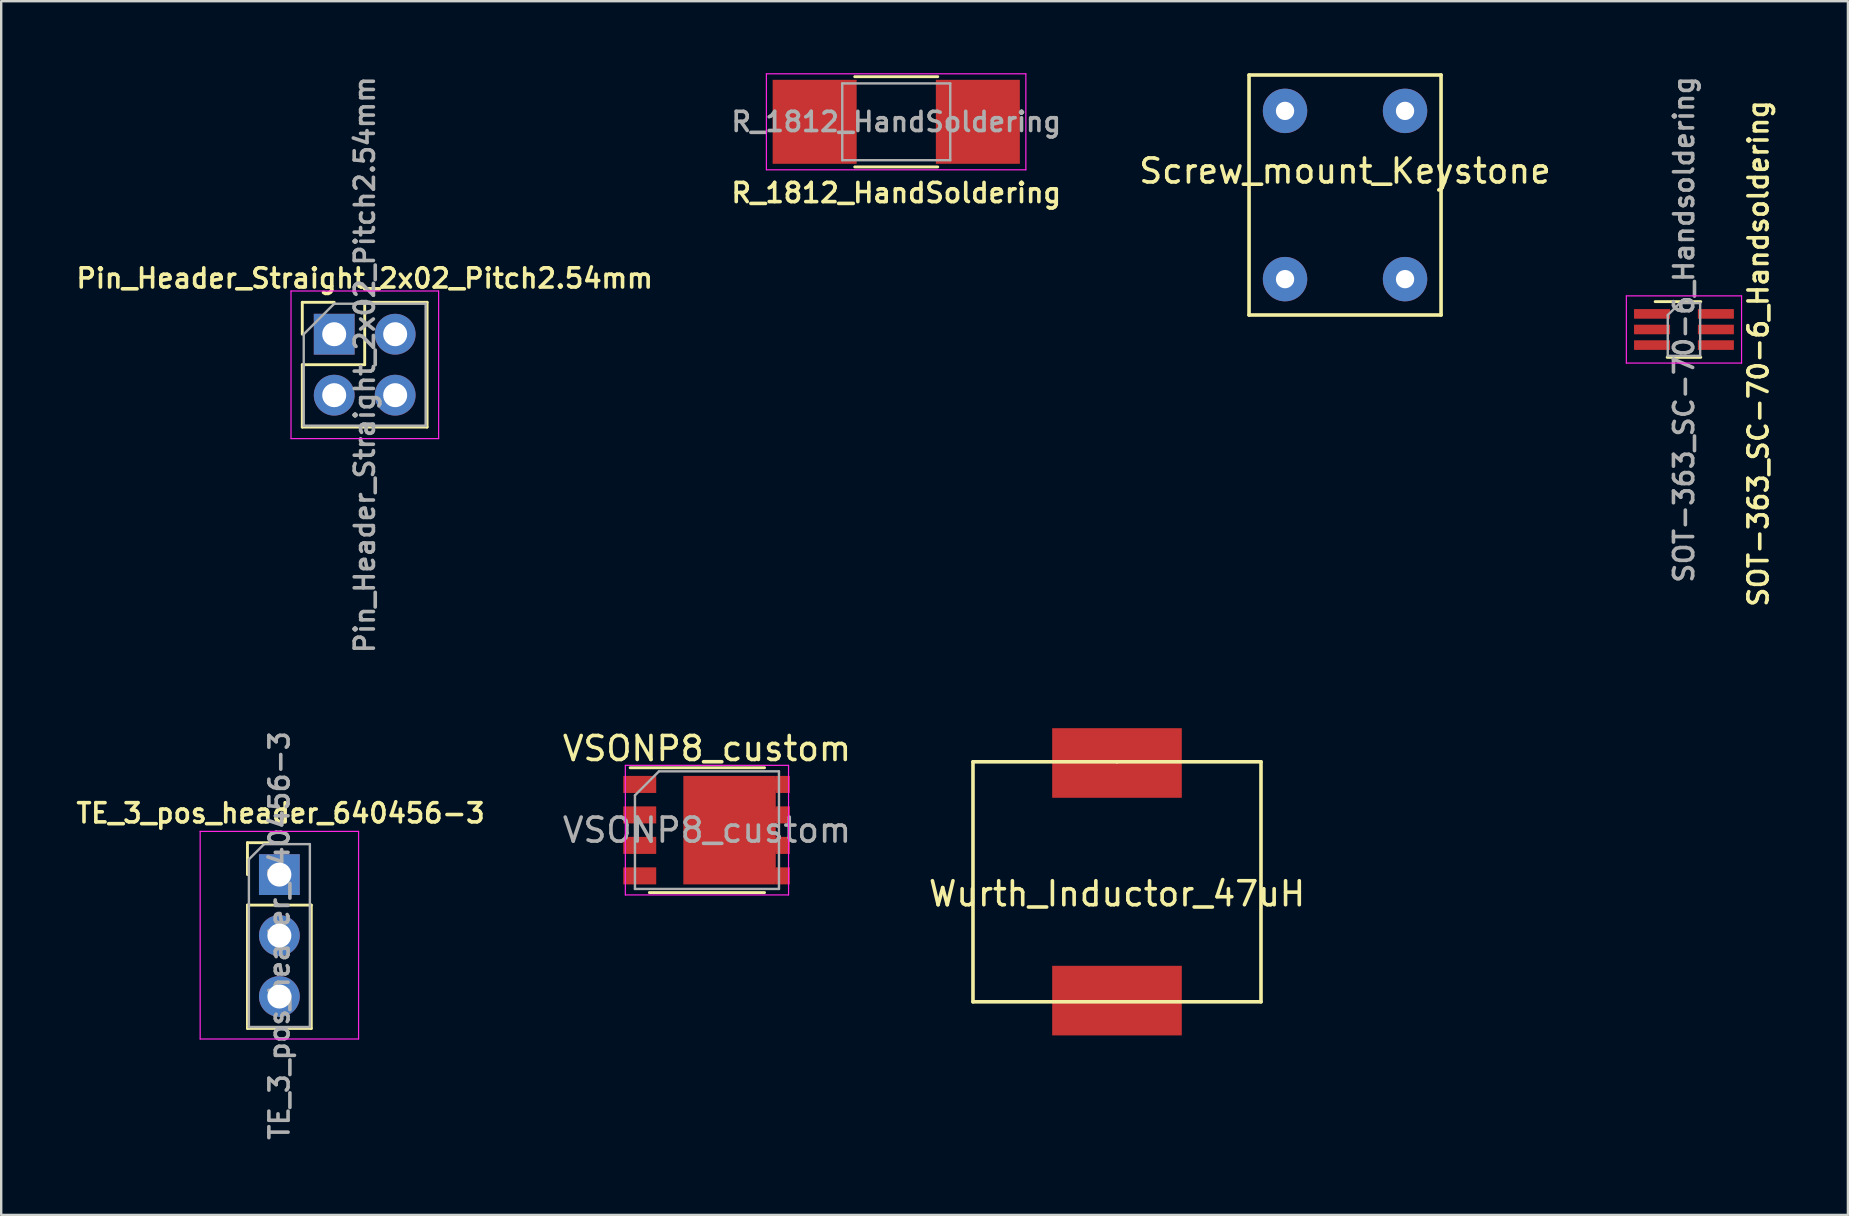
<source format=kicad_pcb>
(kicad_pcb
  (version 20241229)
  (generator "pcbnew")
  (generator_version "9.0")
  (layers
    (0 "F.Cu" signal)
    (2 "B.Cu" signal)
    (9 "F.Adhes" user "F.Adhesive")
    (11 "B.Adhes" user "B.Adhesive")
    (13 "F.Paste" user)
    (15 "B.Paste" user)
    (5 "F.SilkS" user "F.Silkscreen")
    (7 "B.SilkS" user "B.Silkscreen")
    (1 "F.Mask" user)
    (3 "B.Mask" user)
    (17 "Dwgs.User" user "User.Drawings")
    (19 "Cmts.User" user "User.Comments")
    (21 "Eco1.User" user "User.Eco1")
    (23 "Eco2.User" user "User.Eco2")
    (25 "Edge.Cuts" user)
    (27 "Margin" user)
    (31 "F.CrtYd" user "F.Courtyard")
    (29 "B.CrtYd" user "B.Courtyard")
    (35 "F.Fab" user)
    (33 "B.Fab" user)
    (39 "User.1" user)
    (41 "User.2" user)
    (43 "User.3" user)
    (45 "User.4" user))
  (footprint "R_1812_HandSoldering"
    (layer "F.Cu")
    (at 34.292 2.025)
    (property "Reference" "R_1812_HandSoldering" (at 0 2.962 0) (layer "F.SilkS") (effects (font (size 0.8 0.8) (thickness 0.15))))
    (attr smd)
    (fp_line (start -1.73 -1.88) (end 1.73 -1.88) (stroke (width 0.12) (type solid)) (layer "F.SilkS"))
    (fp_line (start -1.73 1.88) (end 1.73 1.88) (stroke (width 0.12) (type solid)) (layer "F.SilkS"))
    (fp_line (start -5.41 -2) (end -5.41 2) (stroke (width 0.05) (type solid)) (layer "F.CrtYd"))
    (fp_line (start -5.41 -2) (end 5.4 -2) (stroke (width 0.05) (type solid)) (layer "F.CrtYd"))
    (fp_line (start 5.4 2) (end -5.41 2) (stroke (width 0.05) (type solid)) (layer "F.CrtYd"))
    (fp_line (start 5.4 2) (end 5.4 -2) (stroke (width 0.05) (type solid)) (layer "F.CrtYd"))
    (fp_line (start -2.25 -1.6) (end 2.25 -1.6) (stroke (width 0.1) (type solid)) (layer "F.Fab"))
    (fp_line (start -2.25 1.6) (end -2.25 -1.6) (stroke (width 0.1) (type solid)) (layer "F.Fab"))
    (fp_line (start 2.25 -1.6) (end 2.25 1.6) (stroke (width 0.1) (type solid)) (layer "F.Fab"))
    (fp_line (start 2.25 1.6) (end -2.25 1.6) (stroke (width 0.1) (type solid)) (layer "F.Fab"))
    (fp_text user "${REFERENCE}" (at 0 0 0) (layer "F.Fab") (effects (font (size 0.8 0.8) (thickness 0.15))))
    (pad "1" smd rect (at -3.4 0) (size 3.5 3.5) (layers "F.Cu" "F.Mask" "F.Paste"))
    (pad "2" smd rect (at 3.4 0) (size 3.5 3.5) (layers "F.Cu" "F.Mask" "F.Paste")))
  (footprint "Wurth_Inductor_47uH"
    (layer "F.Cu")
    (at 43.489 33.69)
    (property "Reference" "Wurth_Inductor_47uH" (at 0 0.5 0) (layer "F.SilkS") (effects (font (size 1 1) (thickness 0.15))))
    (attr through_hole)
    (fp_line (start -6 -5) (end 0 -5) (stroke (width 0.15) (type solid)) (layer "F.SilkS"))
    (fp_line (start -6 5) (end -6 -5) (stroke (width 0.15) (type solid)) (layer "F.SilkS"))
    (fp_line (start 0 -5) (end 6 -5) (stroke (width 0.15) (type solid)) (layer "F.SilkS"))
    (fp_line (start 6 -5) (end 6 5) (stroke (width 0.15) (type solid)) (layer "F.SilkS"))
    (fp_line (start 6 5) (end -6 5) (stroke (width 0.15) (type solid)) (layer "F.SilkS"))
    (pad "1" smd rect (at 0 4.95) (size 5.4 2.9) (layers "F.Cu" "F.Mask" "F.Paste"))
    (pad "2" smd rect (at 0 -4.95) (size 5.4 2.9) (layers "F.Cu" "F.Mask" "F.Paste")))
  (footprint "Pin_Header_Straight_2x02_Pitch2.54mm"
    (layer "F.Cu")
    (at 10.875 10.875)
    (property "Reference" "Pin_Header_Straight_2x02_Pitch2.54mm" (at 1.27 -2.33 0) (layer "F.SilkS") (effects (font (size 0.8 0.8) (thickness 0.15))))
    (attr through_hole)
    (fp_line (start -1.33 -1.33) (end 0 -1.33) (stroke (width 0.12) (type solid)) (layer "F.SilkS"))
    (fp_line (start -1.33 0) (end -1.33 -1.33) (stroke (width 0.12) (type solid)) (layer "F.SilkS"))
    (fp_line (start -1.33 1.27) (end -1.33 3.87) (stroke (width 0.12) (type solid)) (layer "F.SilkS"))
    (fp_line (start -1.33 1.27) (end 1.27 1.27) (stroke (width 0.12) (type solid)) (layer "F.SilkS"))
    (fp_line (start -1.33 3.87) (end 3.87 3.87) (stroke (width 0.12) (type solid)) (layer "F.SilkS"))
    (fp_line (start 1.27 -1.33) (end 3.87 -1.33) (stroke (width 0.12) (type solid)) (layer "F.SilkS"))
    (fp_line (start 1.27 1.27) (end 1.27 -1.33) (stroke (width 0.12) (type solid)) (layer "F.SilkS"))
    (fp_line (start 3.87 -1.33) (end 3.87 3.87) (stroke (width 0.12) (type solid)) (layer "F.SilkS"))
    (fp_line (start -1.8 -1.8) (end -1.8 4.35) (stroke (width 0.05) (type solid)) (layer "F.CrtYd"))
    (fp_line (start -1.8 4.35) (end 4.35 4.35) (stroke (width 0.05) (type solid)) (layer "F.CrtYd"))
    (fp_line (start 4.35 -1.8) (end -1.8 -1.8) (stroke (width 0.05) (type solid)) (layer "F.CrtYd"))
    (fp_line (start 4.35 4.35) (end 4.35 -1.8) (stroke (width 0.05) (type solid)) (layer "F.CrtYd"))
    (fp_line (start -1.27 0) (end 0 -1.27) (stroke (width 0.1) (type solid)) (layer "F.Fab"))
    (fp_line (start -1.27 3.81) (end -1.27 0) (stroke (width 0.1) (type solid)) (layer "F.Fab"))
    (fp_line (start 0 -1.27) (end 3.81 -1.27) (stroke (width 0.1) (type solid)) (layer "F.Fab"))
    (fp_line (start 3.81 -1.27) (end 3.81 3.81) (stroke (width 0.1) (type solid)) (layer "F.Fab"))
    (fp_line (start 3.81 3.81) (end -1.27 3.81) (stroke (width 0.1) (type solid)) (layer "F.Fab"))
    (fp_text user "${REFERENCE}" (at 1.27 1.27 90) (layer "F.Fab") (effects (font (size 0.8 0.8) (thickness 0.15))))
    (pad "1" thru_hole rect (at 0 0) (size 1.7 1.7) (drill 1) (layers "*.Cu" "*.Mask"))
    (pad "2" thru_hole oval (at 2.54 0) (size 1.7 1.7) (drill 1) (layers "*.Cu" "*.Mask"))
    (pad "3" thru_hole oval (at 0 2.54) (size 1.7 1.7) (drill 1) (layers "*.Cu" "*.Mask"))
    (pad "4" thru_hole oval (at 2.54 2.54) (size 1.7 1.7) (drill 1) (layers "*.Cu" "*.Mask")))
  (footprint "SOT-363_SC-70-6_Handsoldering"
    (layer "F.Cu")
    (at 67.112 10.678)
    (property "Reference" "SOT-363_SC-70-6_Handsoldering" (at 3.1 1 90) (layer "F.SilkS") (effects (font (size 0.8 0.8) (thickness 0.15))))
    (attr smd)
    (fp_line (start -0.7 1.16) (end 0.7 1.16) (stroke (width 0.12) (type solid)) (layer "F.SilkS"))
    (fp_line (start 0.7 -1.16) (end -1.2 -1.16) (stroke (width 0.12) (type solid)) (layer "F.SilkS"))
    (fp_line (start -2.4 -1.4) (end -2.4 1.4) (stroke (width 0.05) (type solid)) (layer "F.CrtYd"))
    (fp_line (start -2.4 -1.4) (end 2.4 -1.4) (stroke (width 0.05) (type solid)) (layer "F.CrtYd"))
    (fp_line (start -2.4 1.4) (end 2.4 1.4) (stroke (width 0.05) (type solid)) (layer "F.CrtYd"))
    (fp_line (start 2.4 1.4) (end 2.4 -1.4) (stroke (width 0.05) (type solid)) (layer "F.CrtYd"))
    (fp_line (start -0.675 -0.6) (end -0.675 1.1) (stroke (width 0.1) (type solid)) (layer "F.Fab"))
    (fp_line (start -0.175 -1.1) (end -0.675 -0.6) (stroke (width 0.1) (type solid)) (layer "F.Fab"))
    (fp_line (start 0.675 -1.1) (end -0.175 -1.1) (stroke (width 0.1) (type solid)) (layer "F.Fab"))
    (fp_line (start 0.675 -1.1) (end 0.675 1.1) (stroke (width 0.1) (type solid)) (layer "F.Fab"))
    (fp_line (start 0.675 1.1) (end -0.675 1.1) (stroke (width 0.1) (type solid)) (layer "F.Fab"))
    (fp_text user "${REFERENCE}" (at 0 0 90) (layer "F.Fab") (effects (font (size 0.8 0.8) (thickness 0.15))))
    (pad "1" smd rect (at -1.33 -0.65) (size 1.5 0.4) (layers "F.Cu" "F.Mask" "F.Paste"))
    (pad "2" smd rect (at -1.33 0) (size 1.5 0.4) (layers "F.Cu" "F.Mask" "F.Paste"))
    (pad "3" smd rect (at -1.33 0.65) (size 1.5 0.4) (layers "F.Cu" "F.Mask" "F.Paste"))
    (pad "4" smd rect (at 1.33 0.65) (size 1.5 0.4) (layers "F.Cu" "F.Mask" "F.Paste"))
    (pad "5" smd rect (at 1.33 0) (size 1.5 0.4) (layers "F.Cu" "F.Mask" "F.Paste"))
    (pad "6" smd rect (at 1.33 -0.65) (size 1.5 0.4) (layers "F.Cu" "F.Mask" "F.Paste")))
  (footprint "TE_3_pos_header_640456-3"
    (layer "F.Cu")
    (at 8.59 33.39)
    (property "Reference" "TE_3_pos_header_640456-3" (at 0.05 -2.56 0) (layer "F.SilkS") (effects (font (size 0.8 0.8) (thickness 0.15))))
    (attr through_hole)
    (fp_line (start -1.33 -1.33) (end 0 -1.33) (stroke (width 0.12) (type solid)) (layer "F.SilkS"))
    (fp_line (start -1.33 0) (end -1.33 -1.33) (stroke (width 0.12) (type solid)) (layer "F.SilkS"))
    (fp_line (start -1.33 1.27) (end -1.33 6.41) (stroke (width 0.12) (type solid)) (layer "F.SilkS"))
    (fp_line (start -1.33 1.27) (end 1.33 1.27) (stroke (width 0.12) (type solid)) (layer "F.SilkS"))
    (fp_line (start -1.33 6.41) (end 1.33 6.41) (stroke (width 0.12) (type solid)) (layer "F.SilkS"))
    (fp_line (start 1.33 1.27) (end 1.33 6.41) (stroke (width 0.12) (type solid)) (layer "F.SilkS"))
    (fp_line (start -3.3 -1.8) (end -3.3 6.85) (stroke (width 0.05) (type solid)) (layer "F.CrtYd"))
    (fp_line (start -3.3 6.85) (end 3.3 6.85) (stroke (width 0.05) (type solid)) (layer "F.CrtYd"))
    (fp_line (start 3.3 -1.8) (end -3.3 -1.8) (stroke (width 0.05) (type solid)) (layer "F.CrtYd"))
    (fp_line (start 3.3 6.85) (end 3.3 -1.8) (stroke (width 0.05) (type solid)) (layer "F.CrtYd"))
    (fp_line (start -1.27 -0.635) (end -0.635 -1.27) (stroke (width 0.1) (type solid)) (layer "F.Fab"))
    (fp_line (start -1.27 6.35) (end -1.27 -0.635) (stroke (width 0.1) (type solid)) (layer "F.Fab"))
    (fp_line (start -0.635 -1.27) (end 1.27 -1.27) (stroke (width 0.1) (type solid)) (layer "F.Fab"))
    (fp_line (start 1.27 -1.27) (end 1.27 6.35) (stroke (width 0.1) (type solid)) (layer "F.Fab"))
    (fp_line (start 1.27 6.35) (end -1.27 6.35) (stroke (width 0.1) (type solid)) (layer "F.Fab"))
    (fp_text user "${REFERENCE}" (at 0 2.54 90) (layer "F.Fab") (effects (font (size 0.8 0.8) (thickness 0.15))))
    (pad "1" thru_hole rect (at 0 0) (size 1.7 1.7) (drill 1) (layers "*.Cu" "*.Mask"))
    (pad "2" thru_hole oval (at 0 2.54) (size 1.7 1.7) (drill 1) (layers "*.Cu" "*.Mask"))
    (pad "3" thru_hole oval (at 0 5.08) (size 1.7 1.7) (drill 1) (layers "*.Cu" "*.Mask")))
  (footprint "Screw_mount_Keystone"
    (layer "F.Cu")
    (at 52.991 5.075)
    (property "Reference" "Screw_mount_Keystone" (at 0 -1 0) (layer "F.SilkS") (effects (font (size 1 1) (thickness 0.15))))
    (attr through_hole)
    (fp_line (start -4 -5) (end 4 -5) (stroke (width 0.15) (type solid)) (layer "F.SilkS"))
    (fp_line (start -4 5) (end -4 -5) (stroke (width 0.15) (type solid)) (layer "F.SilkS"))
    (fp_line (start 4 -5) (end 4 5) (stroke (width 0.15) (type solid)) (layer "F.SilkS"))
    (fp_line (start 4 5) (end -4 5) (stroke (width 0.15) (type solid)) (layer "F.SilkS"))
    (pad "1" thru_hole circle (at -2.5 -3.505) (size 1.85 1.85) (drill 0.762) (layers "*.Cu" "*.Mask"))
    (pad "1" thru_hole circle (at -2.5 3.505) (size 1.85 1.85) (drill 0.762) (layers "*.Cu" "*.Mask"))
    (pad "1" thru_hole circle (at 2.5 -3.505) (size 1.85 1.85) (drill 0.762) (layers "*.Cu" "*.Mask"))
    (pad "1" thru_hole circle (at 2.5 3.505) (size 1.85 1.85) (drill 0.762) (layers "*.Cu" "*.Mask")))
  (footprint "VSONP8_custom"
    (layer "F.Cu")
    (at 26.405 31.538)
    (property "Reference" "VSONP8_custom" (at 0 -3.4 0) (layer "F.SilkS") (effects (font (size 1 1) (thickness 0.15))))
    (attr smd)
    (fp_line (start 2.4 -2.6) (end -3.2 -2.6) (stroke (width 0.12) (type solid)) (layer "F.SilkS"))
    (fp_line (start 2.4 2.6) (end -2.4 2.6) (stroke (width 0.12) (type solid)) (layer "F.SilkS"))
    (fp_line (start -3.4 -2.7) (end 3.4 -2.7) (stroke (width 0.05) (type solid)) (layer "F.CrtYd"))
    (fp_line (start -3.4 2.7) (end -3.4 -2.7) (stroke (width 0.05) (type solid)) (layer "F.CrtYd"))
    (fp_line (start 3.4 -2.7) (end 3.4 2.7) (stroke (width 0.05) (type solid)) (layer "F.CrtYd"))
    (fp_line (start 3.4 2.7) (end -3.4 2.7) (stroke (width 0.05) (type solid)) (layer "F.CrtYd"))
    (fp_line (start -3 -1.45) (end -3 2.45) (stroke (width 0.1) (type solid)) (layer "F.Fab"))
    (fp_line (start -2 -2.45) (end -3 -1.45) (stroke (width 0.1) (type solid)) (layer "F.Fab"))
    (fp_line (start -2 -2.45) (end 3 -2.45) (stroke (width 0.1) (type solid)) (layer "F.Fab"))
    (fp_line (start 3 -2.45) (end 3 2.45) (stroke (width 0.1) (type solid)) (layer "F.Fab"))
    (fp_line (start 3 2.45) (end -3 2.45) (stroke (width 0.1) (type solid)) (layer "F.Fab"))
    (fp_text user "${REFERENCE}" (at 0 0 0) (layer "F.Fab") (effects (font (size 1 1) (thickness 0.15))))
    (pad "" smd rect (at -2.8 -0.635) (size 1.072 0.526) (layers "F.Cu" "F.Paste"))
    (pad "" smd rect (at -2.8 0.635) (size 1.072 0.526) (layers "F.Cu" "F.Paste"))
    (pad "" smd rect (at -2.8 1.905) (size 1.072 0.526) (layers "F.Cu" "F.Paste"))
    (pad "" smd rect (at -2.757 -1.905) (size 1.072 0.526) (layers "F.Cu" "F.Paste"))
    (pad "" smd rect (at -0.049 -1.569) (size 1.294 0.746) (layers "F.Cu" "F.Paste"))
    (pad "" smd rect (at -0.049 -0.523) (size 1.294 0.746) (layers "F.Cu" "F.Paste"))
    (pad "" smd rect (at -0.049 0.523) (size 1.294 0.746) (layers "F.Cu" "F.Paste"))
    (pad "" smd rect (at -0.049 1.569) (size 1.294 0.746) (layers "F.Cu" "F.Paste"))
    (pad "" smd rect (at 1.595 -1.569) (size 1.294 0.746) (layers "F.Cu" "F.Paste"))
    (pad "" smd rect (at 1.595 -0.523) (size 1.294 0.746) (layers "F.Cu" "F.Paste"))
    (pad "" smd rect (at 1.595 0.523) (size 1.294 0.746) (layers "F.Cu" "F.Paste"))
    (pad "" smd rect (at 1.595 1.569) (size 1.294 0.746) (layers "F.Cu" "F.Paste"))
    (pad "" smd rect (at 2.91 -1.905) (size 0.766 0.508) (layers "F.Cu" "F.Paste"))
    (pad "" smd rect (at 2.91 -0.635) (size 0.766 0.508) (layers "F.Cu" "F.Paste"))
    (pad "" smd rect (at 2.91 0.635) (size 0.766 0.508) (layers "F.Cu" "F.Paste"))
    (pad "" smd rect (at 2.91 1.905) (size 0.766 0.508) (layers "F.Cu" "F.Paste"))
    (pad "1" smd rect (at -2.8 1.905) (size 1.372 0.71) (layers "F.Cu" "F.Mask"))
    (pad "2" smd rect (at 0.941 0) (size 3.85 4.52) (layers "F.Cu" "F.Mask"))
    (pad "2" smd rect (at 3.156 -1.905) (size 0.6 0.71) (layers "F.Cu" "F.Mask"))
    (pad "2" smd rect (at 3.156 -0.635) (size 0.6 0.71) (layers "F.Cu" "F.Mask"))
    (pad "2" smd rect (at 3.156 0.635) (size 0.6 0.71) (layers "F.Cu" "F.Mask"))
    (pad "2" smd rect (at 3.156 1.905) (size 0.6 0.71) (layers "F.Cu" "F.Mask"))
    (pad "3" smd rect (at -2.8 -1.905) (size 1.372 0.71) (layers "F.Cu" "F.Mask"))
    (pad "3" smd rect (at -2.8 -0.635) (size 1.372 0.71) (layers "F.Cu" "F.Mask"))
    (pad "3" smd rect (at -2.8 0.635) (size 1.372 0.71) (layers "F.Cu" "F.Mask")))
  (gr_rect
    (start -3 -3)
    (end 73.943 47.57)
    (stroke (width 0.1) (type default))
    (fill no)
    (layer "Edge.Cuts")))
</source>
